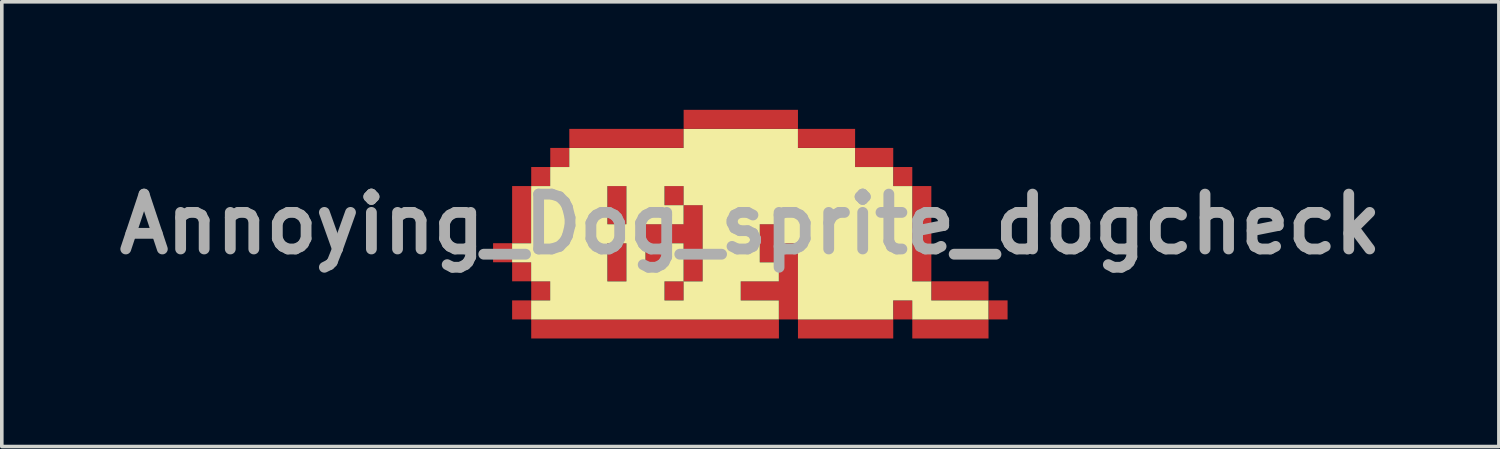
<source format=kicad_pcb>
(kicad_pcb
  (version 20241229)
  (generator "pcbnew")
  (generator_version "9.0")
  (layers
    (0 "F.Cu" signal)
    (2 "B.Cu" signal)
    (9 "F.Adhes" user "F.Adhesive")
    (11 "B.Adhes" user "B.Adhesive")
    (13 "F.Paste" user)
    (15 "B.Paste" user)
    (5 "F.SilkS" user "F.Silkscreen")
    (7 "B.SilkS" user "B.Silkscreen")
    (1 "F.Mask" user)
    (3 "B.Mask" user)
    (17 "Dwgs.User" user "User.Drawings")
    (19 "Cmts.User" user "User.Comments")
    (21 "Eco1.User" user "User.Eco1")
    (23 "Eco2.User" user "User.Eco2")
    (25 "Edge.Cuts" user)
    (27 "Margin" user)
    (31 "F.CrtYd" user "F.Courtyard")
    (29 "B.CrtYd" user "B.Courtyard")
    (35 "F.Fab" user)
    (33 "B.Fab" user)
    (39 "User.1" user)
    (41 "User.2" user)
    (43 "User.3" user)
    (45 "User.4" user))
  (footprint "Annoying_Dog_sprite_dogcheck"
    (layer "F.Cu")
    (at 17.787 3.175)
    (property "Reference" "Annoying_Dog_sprite_dogcheck" (at 0 0 0) (layer "F.Fab") (effects (font (size 1.524 1.524) (thickness 0.3))))
    (attr board_only exclude_from_pos_files exclude_from_bom)
    (fp_poly (pts (xy -3.44 0) (xy -3.969 0) (xy -3.969 -1.058) (xy -3.44 -1.058)) (stroke (width 0) (type solid)) (fill yes) (layer "F.Cu"))
    (fp_poly (pts (xy -3.44 1.587) (xy -3.969 1.587) (xy -3.969 0.529) (xy -3.44 0.529)) (stroke (width 0) (type solid)) (fill yes) (layer "F.Cu"))
    (fp_poly (pts (xy -1.852 -0.529) (xy -2.381 -0.529) (xy -2.381 -1.058) (xy -1.852 -1.058)) (stroke (width 0) (type solid)) (fill yes) (layer "F.Cu"))
    (fp_poly (pts (xy -1.852 2.117) (xy -2.381 2.117) (xy -2.381 1.587) (xy -1.852 1.587)) (stroke (width 0) (type solid)) (fill yes) (layer "F.Cu"))
    (fp_poly (pts (xy -1.323 1.587) (xy -1.852 1.587) (xy -1.852 0.529) (xy -2.381 0.529) (xy -2.381 1.058) (xy -2.91 1.058) (xy -2.91 0) (xy -1.852 0) (xy -1.852 -0.529) (xy -1.323 -0.529)) (stroke (width 0) (type solid)) (fill yes) (layer "F.Cu"))
    (fp_poly (pts (xy 2.91 -2.646) (xy 2.91 -2.117) (xy 3.969 -2.117) (xy 3.969 -1.587) (xy 4.498 -1.587) (xy 4.498 -1.058) (xy 5.027 -1.058) (xy 5.027 1.587) (xy 6.615 1.587) (xy 6.615 2.117) (xy 7.144 2.117) (xy 7.144 2.646) (xy 6.615 2.646) (xy 6.615 3.175) (xy 4.498 3.175) (xy 4.498 2.646) (xy 3.969 2.646) (xy 3.969 3.175) (xy 1.323 3.175) (xy 1.323 2.646) (xy 0.794 2.646) (xy 0.794 3.175) (xy -6.085 3.175) (xy -6.085 2.646) (xy -6.615 2.646) (xy -6.615 2.117) (xy -6.085 2.117) (xy -6.085 1.587) (xy -6.615 1.587) (xy -6.615 1.058) (xy -6.085 1.058) (xy -6.085 1.587) (xy -5.556 1.587) (xy -5.556 2.117) (xy -6.085 2.117) (xy -6.085 2.646) (xy 0.794 2.646) (xy 0.794 2.117) (xy -0.265 2.117) (xy -0.265 1.587) (xy 0.794 1.587) (xy 0.794 1.058) (xy 0.265 1.058) (xy 0.265 0) (xy 0.794 0) (xy 0.794 0.529) (xy 1.323 0.529) (xy 1.323 2.646) (xy 3.969 2.646) (xy 3.969 2.117) (xy 4.498 2.117) (xy 4.498 2.646) (xy 6.615 2.646) (xy 6.615 2.117) (xy 5.027 2.117) (xy 5.027 1.587) (xy 4.498 1.587) (xy 4.498 -1.058) (xy 3.969 -1.058) (xy 3.969 -1.587) (xy 2.91 -1.587) (xy 2.91 -2.117) (xy 1.323 -2.117) (xy 1.323 -2.646) (xy -1.852 -2.646) (xy -1.852 -2.117) (xy -5.027 -2.117) (xy -5.027 -1.587) (xy -5.556 -1.587) (xy -5.556 -1.058) (xy -6.085 -1.058) (xy -6.085 0.529) (xy -6.615 0.529) (xy -6.615 1.058) (xy -7.144 1.058) (xy -7.144 0.529) (xy -6.615 0.529) (xy -6.615 -1.058) (xy -6.085 -1.058) (xy -6.085 -1.587) (xy -5.556 -1.587) (xy -5.556 -2.117) (xy -5.027 -2.117) (xy -5.027 -2.646) (xy -1.852 -2.646) (xy -1.852 -3.175) (xy 1.323 -3.175) (xy 1.323 -2.646)) (stroke (width 0) (type solid)) (fill yes) (layer "F.Cu"))
    (fp_poly (pts (xy -3.44 0) (xy -3.969 0) (xy -3.969 -1.058) (xy -3.44 -1.058)) (stroke (width 0) (type solid)) (fill yes) (layer "F.Mask"))
    (fp_poly (pts (xy -3.44 1.587) (xy -3.969 1.587) (xy -3.969 0.529) (xy -3.44 0.529)) (stroke (width 0) (type solid)) (fill yes) (layer "F.Mask"))
    (fp_poly (pts (xy -1.852 -0.529) (xy -2.381 -0.529) (xy -2.381 -1.058) (xy -1.852 -1.058)) (stroke (width 0) (type solid)) (fill yes) (layer "F.Mask"))
    (fp_poly (pts (xy -1.852 2.117) (xy -2.381 2.117) (xy -2.381 1.587) (xy -1.852 1.587)) (stroke (width 0) (type solid)) (fill yes) (layer "F.Mask"))
    (fp_poly (pts (xy -1.323 1.587) (xy -1.852 1.587) (xy -1.852 0.529) (xy -2.381 0.529) (xy -2.381 1.058) (xy -2.91 1.058) (xy -2.91 0) (xy -1.852 0) (xy -1.852 -0.529) (xy -1.323 -0.529)) (stroke (width 0) (type solid)) (fill yes) (layer "F.Mask"))
    (fp_poly (pts (xy 2.91 -2.646) (xy 2.91 -2.117) (xy 3.969 -2.117) (xy 3.969 -1.587) (xy 4.498 -1.587) (xy 4.498 -1.058) (xy 5.027 -1.058) (xy 5.027 1.587) (xy 6.615 1.587) (xy 6.615 2.117) (xy 7.144 2.117) (xy 7.144 2.646) (xy 6.615 2.646) (xy 6.615 3.175) (xy 4.498 3.175) (xy 4.498 2.646) (xy 3.969 2.646) (xy 3.969 3.175) (xy 1.323 3.175) (xy 1.323 2.646) (xy 0.794 2.646) (xy 0.794 3.175) (xy -6.085 3.175) (xy -6.085 2.646) (xy -6.615 2.646) (xy -6.615 2.117) (xy -6.085 2.117) (xy -6.085 1.587) (xy -6.615 1.587) (xy -6.615 1.058) (xy -6.085 1.058) (xy -6.085 1.587) (xy -5.556 1.587) (xy -5.556 2.117) (xy -6.085 2.117) (xy -6.085 2.646) (xy 0.794 2.646) (xy 0.794 2.117) (xy -0.265 2.117) (xy -0.265 1.587) (xy 0.794 1.587) (xy 0.794 1.058) (xy 0.265 1.058) (xy 0.265 0) (xy 0.794 0) (xy 0.794 0.529) (xy 1.323 0.529) (xy 1.323 2.646) (xy 3.969 2.646) (xy 3.969 2.117) (xy 4.498 2.117) (xy 4.498 2.646) (xy 6.615 2.646) (xy 6.615 2.117) (xy 5.027 2.117) (xy 5.027 1.587) (xy 4.498 1.587) (xy 4.498 -1.058) (xy 3.969 -1.058) (xy 3.969 -1.587) (xy 2.91 -1.587) (xy 2.91 -2.117) (xy 1.323 -2.117) (xy 1.323 -2.646) (xy -1.852 -2.646) (xy -1.852 -2.117) (xy -5.027 -2.117) (xy -5.027 -1.587) (xy -5.556 -1.587) (xy -5.556 -1.058) (xy -6.085 -1.058) (xy -6.085 0.529) (xy -6.615 0.529) (xy -6.615 1.058) (xy -7.144 1.058) (xy -7.144 0.529) (xy -6.615 0.529) (xy -6.615 -1.058) (xy -6.085 -1.058) (xy -6.085 -1.587) (xy -5.556 -1.587) (xy -5.556 -2.117) (xy -5.027 -2.117) (xy -5.027 -2.646) (xy -1.852 -2.646) (xy -1.852 -3.175) (xy 1.323 -3.175) (xy 1.323 -2.646)) (stroke (width 0) (type solid)) (fill yes) (layer "F.Mask"))
    (fp_poly (pts (xy 1.322 -2.115) (xy 2.909 -2.115) (xy 2.909 -1.586) (xy 3.967 -1.586) (xy 3.967 -1.057) (xy 4.497 -1.057) (xy 4.497 1.589) (xy 5.026 1.589) (xy 5.026 2.118) (xy 6.613 2.118) (xy 6.613 2.648) (xy 4.497 2.648) (xy 4.497 2.118) (xy 3.967 2.118) (xy 3.967 2.648) (xy 1.322 2.648) (xy 1.322 0.531) (xy 0.792 0.531) (xy 0.792 0.002) (xy 0.263 0.002) (xy 0.263 1.06) (xy 0.792 1.06) (xy 0.792 1.589) (xy -0.266 1.589) (xy -0.266 2.118) (xy 0.792 2.118) (xy 0.792 2.648) (xy -6.087 2.648) (xy -6.087 2.118) (xy -5.558 2.118) (xy -2.383 2.118) (xy -1.853 2.118) (xy -1.853 1.589) (xy -2.383 1.589) (xy -2.383 2.118) (xy -5.558 2.118) (xy -5.558 1.589) (xy -3.97 1.589) (xy -3.441 1.589) (xy -3.441 1.06) (xy -2.912 1.06) (xy -2.383 1.06) (xy -2.383 0.531) (xy -1.853 0.531) (xy -1.853 1.589) (xy -1.324 1.589) (xy -1.324 -0.527) (xy -1.853 -0.527) (xy -1.853 0.002) (xy -2.912 0.002) (xy -2.912 1.06) (xy -3.441 1.06) (xy -3.441 0.531) (xy -3.97 0.531) (xy -3.97 1.589) (xy -5.558 1.589) (xy -6.087 1.589) (xy -6.087 1.06) (xy -6.616 1.06) (xy -6.616 0.531) (xy -6.087 0.531) (xy -6.087 0.002) (xy -3.97 0.002) (xy -3.441 0.002) (xy -3.441 -0.527) (xy -2.383 -0.527) (xy -1.853 -0.527) (xy -1.853 -1.057) (xy -2.383 -1.057) (xy -2.383 -0.527) (xy -3.441 -0.527) (xy -3.441 -1.057) (xy -3.97 -1.057) (xy -3.97 0.002) (xy -6.087 0.002) (xy -6.087 -1.057) (xy -5.558 -1.057) (xy -5.558 -1.586) (xy -5.028 -1.586) (xy -5.028 -2.115) (xy -1.853 -2.115) (xy -1.853 -2.644) (xy 1.322 -2.644)) (stroke (width 0) (type solid)) (fill yes) (layer "F.SilkS")))
  (gr_rect
    (start -3 -3)
    (end 38.575 9.35)
    (stroke (width 0.1) (type default))
    (fill no)
    (layer "Edge.Cuts")))
</source>
